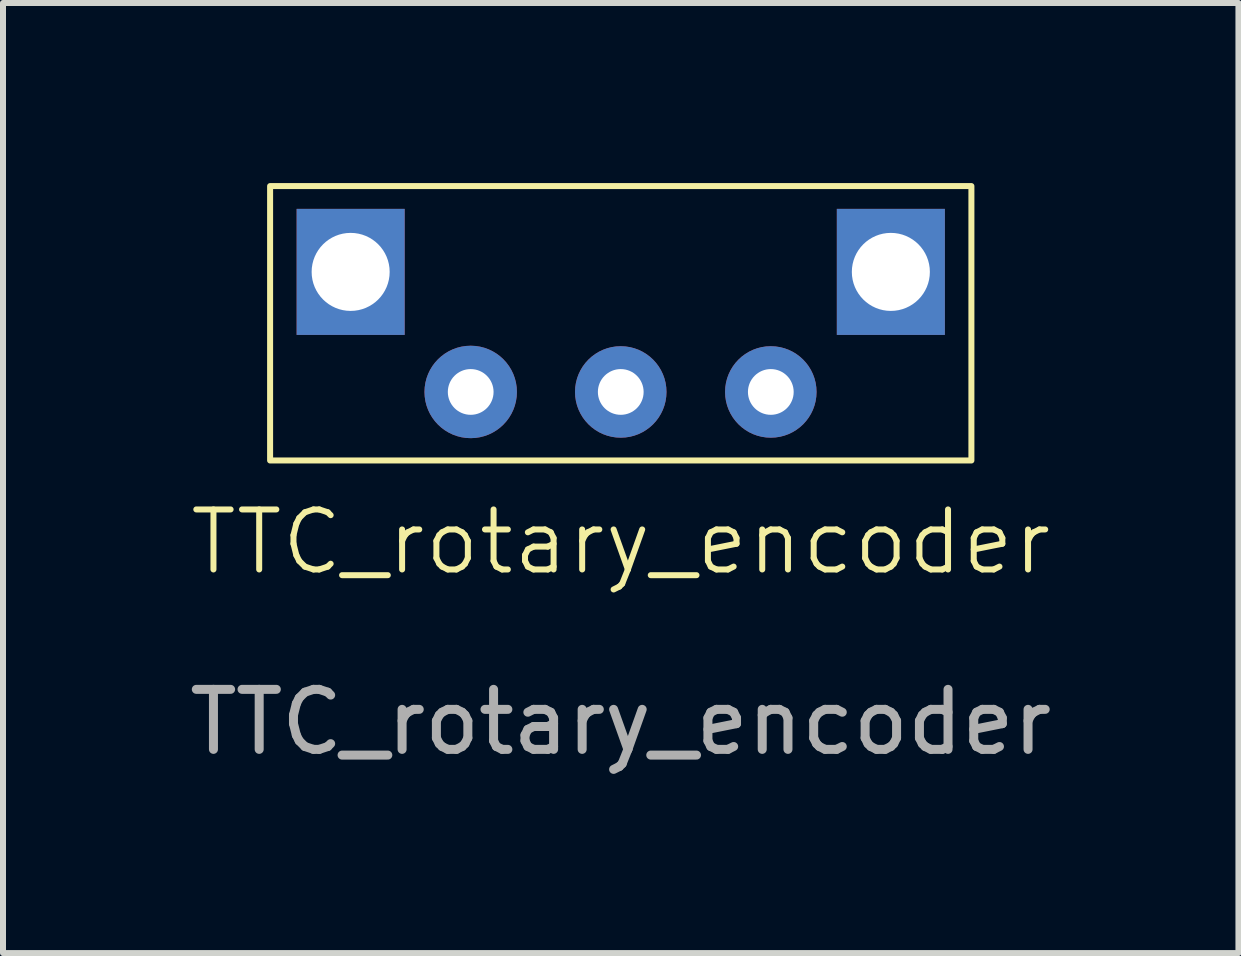
<source format=kicad_pcb>
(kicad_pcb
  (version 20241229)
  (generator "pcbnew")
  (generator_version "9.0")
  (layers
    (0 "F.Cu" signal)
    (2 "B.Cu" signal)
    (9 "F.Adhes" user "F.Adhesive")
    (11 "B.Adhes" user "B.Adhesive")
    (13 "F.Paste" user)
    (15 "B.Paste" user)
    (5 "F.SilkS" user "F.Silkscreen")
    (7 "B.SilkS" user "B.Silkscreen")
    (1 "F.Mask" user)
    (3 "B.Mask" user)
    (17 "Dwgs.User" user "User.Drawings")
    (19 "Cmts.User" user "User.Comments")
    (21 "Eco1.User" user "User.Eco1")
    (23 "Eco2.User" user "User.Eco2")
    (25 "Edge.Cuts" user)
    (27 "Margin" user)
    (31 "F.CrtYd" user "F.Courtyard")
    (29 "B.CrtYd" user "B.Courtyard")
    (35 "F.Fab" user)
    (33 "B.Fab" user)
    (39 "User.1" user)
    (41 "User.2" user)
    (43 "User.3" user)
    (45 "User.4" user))
  (footprint "TTC_rotary_encoder"
    (layer "F.Cu")
    (at 7.292 2.48)
    (property "Reference" "TTC_rotary_encoder" (at 0 3.5 0) (unlocked yes) (layer "F.SilkS") (effects (font (size 1 1) (thickness 0.1))))
    (attr through_hole)
    (fp_rect (start -5.842 -2.43) (end 5.842 2.142) (stroke (width 0.1) (type default)) (fill no) (layer "F.SilkS"))
    (fp_text user "${REFERENCE}" (at 0 6.5 0) (unlocked yes) (layer "F.Fab") (effects (font (size 1 1) (thickness 0.15))))
    (pad "" np_thru_hole rect (at -4.5 -1) (size 1.8 2.1) (drill 1.3) (layers "*.Cu" "*.Mask"))
    (pad "" np_thru_hole rect (at 4.5 -1) (size 1.8 2.1) (drill 1.3) (layers "*.Cu" "*.Mask"))
    (pad "1" thru_hole circle (at -2.5 1) (size 1.54 1.54) (drill 0.762) (layers "*.Cu" "*.Mask"))
    (pad "2" thru_hole circle (at 0 1) (size 1.524 1.524) (drill 0.762) (layers "*.Cu" "*.Mask"))
    (pad "3" thru_hole circle (at 2.5 1) (size 1.524 1.524) (drill 0.762) (layers "*.Cu" "*.Mask")))
  (gr_rect
    (start -3 -3)
    (end 17.583 12.828)
    (stroke (width 0.1) (type default))
    (fill no)
    (layer "Edge.Cuts")))
</source>
